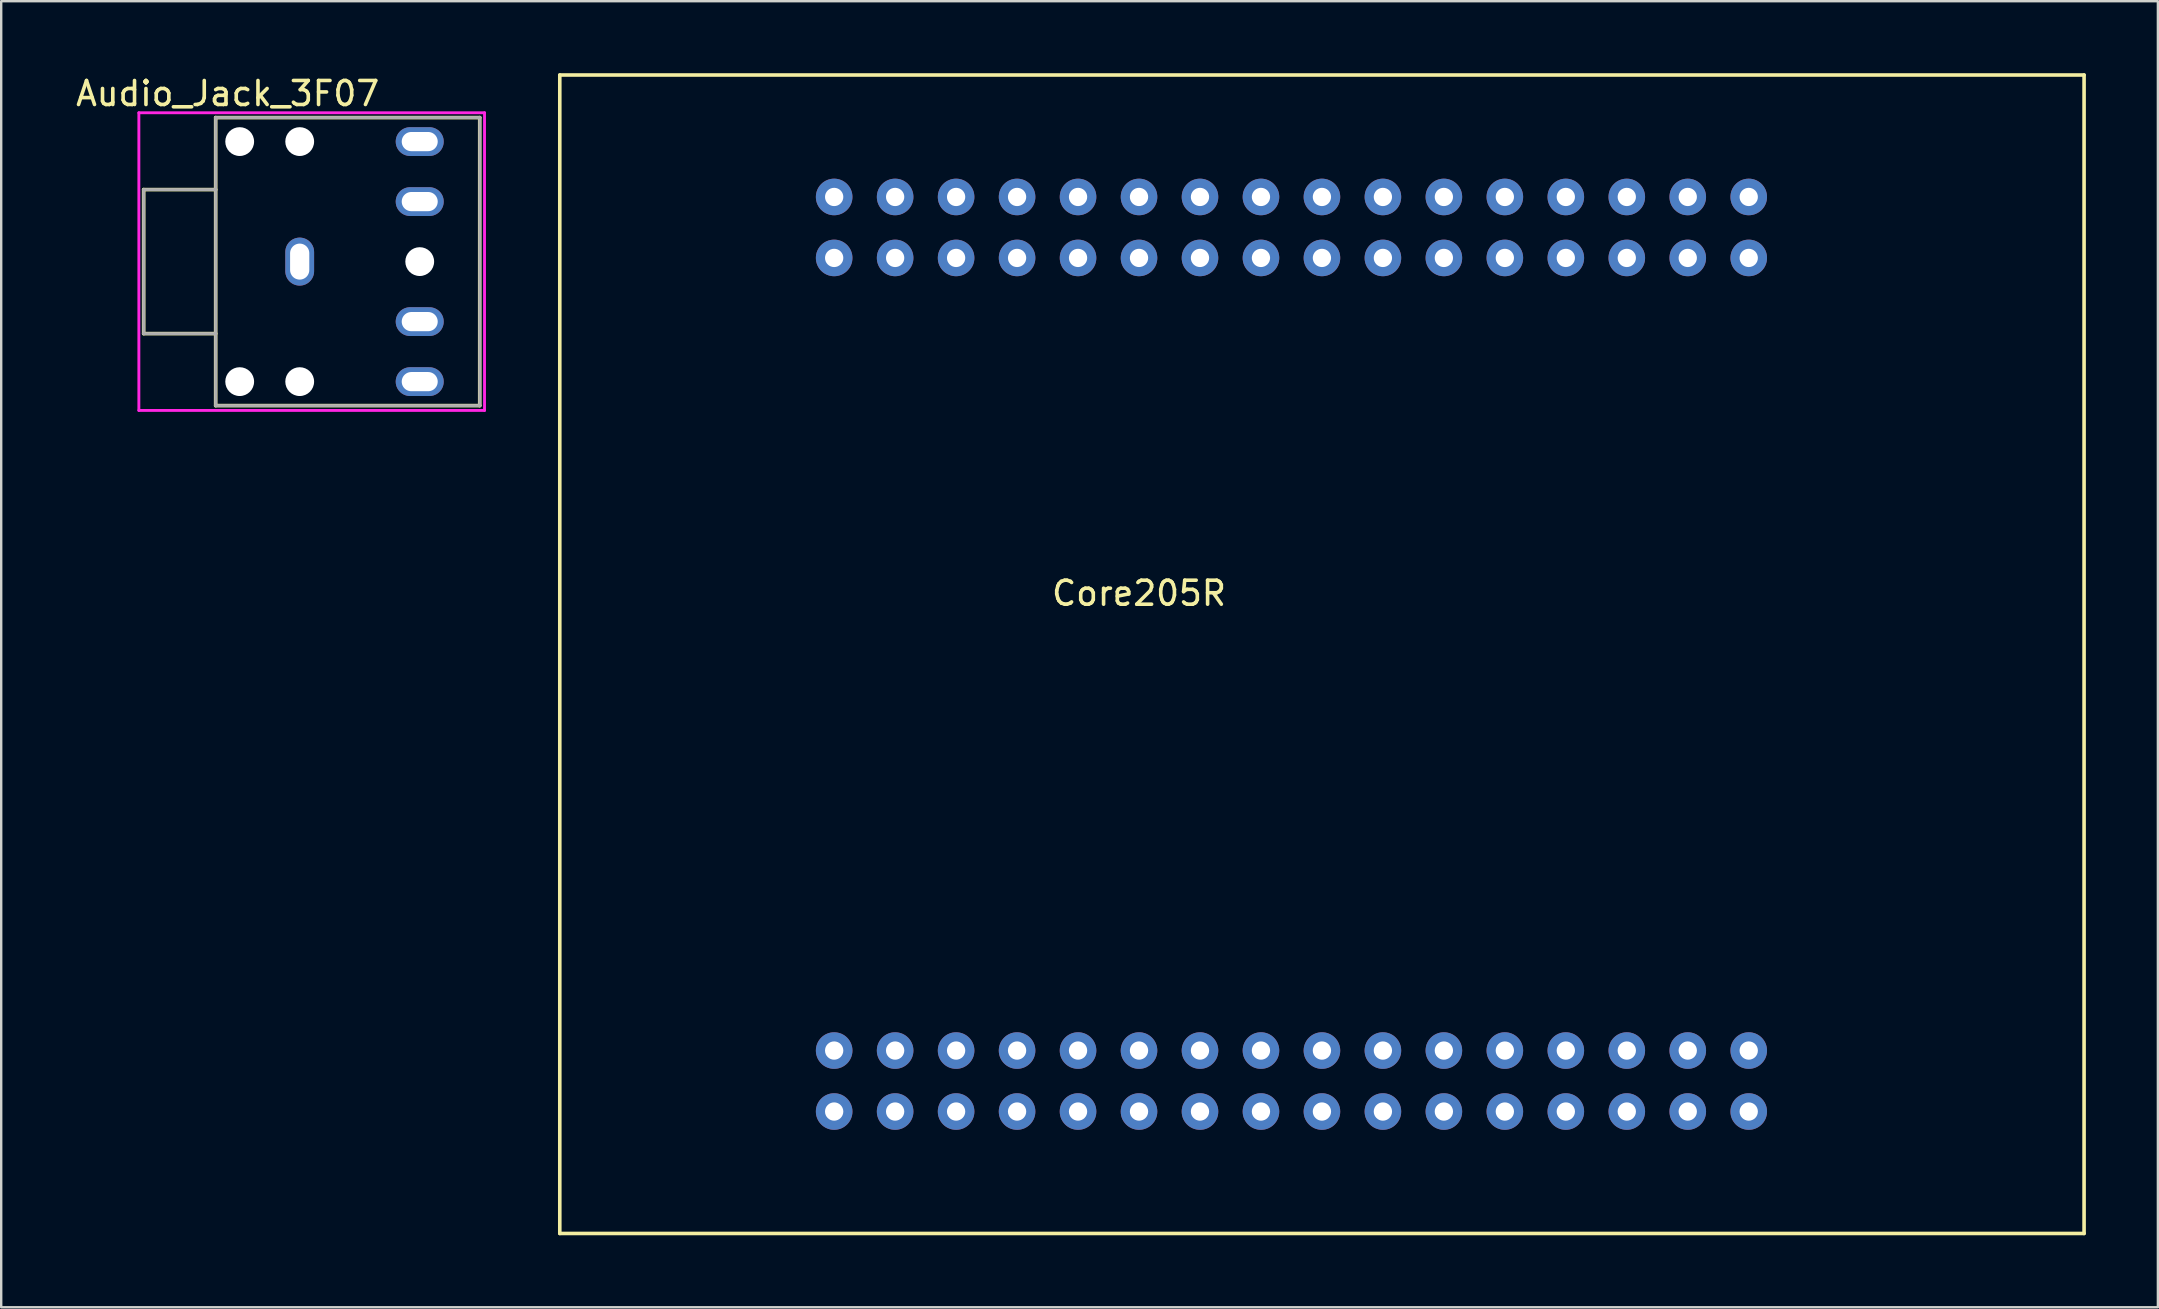
<source format=kicad_pcb>
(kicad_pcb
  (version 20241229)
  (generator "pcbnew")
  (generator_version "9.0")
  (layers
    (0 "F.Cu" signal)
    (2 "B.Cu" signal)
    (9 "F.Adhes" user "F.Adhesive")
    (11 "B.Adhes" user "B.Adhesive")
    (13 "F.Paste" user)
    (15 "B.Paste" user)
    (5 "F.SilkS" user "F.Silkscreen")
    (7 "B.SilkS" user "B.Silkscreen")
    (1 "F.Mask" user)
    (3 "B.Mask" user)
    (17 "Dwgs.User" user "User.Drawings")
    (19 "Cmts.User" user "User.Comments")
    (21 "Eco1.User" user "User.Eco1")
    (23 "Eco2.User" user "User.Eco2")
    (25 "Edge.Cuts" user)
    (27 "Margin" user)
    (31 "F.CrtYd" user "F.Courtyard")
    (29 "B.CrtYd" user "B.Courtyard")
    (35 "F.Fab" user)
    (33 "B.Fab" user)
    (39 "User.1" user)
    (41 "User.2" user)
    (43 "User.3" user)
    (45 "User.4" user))
  (footprint "Audio_Jack_3F07"
    (layer "F.Cu")
    (at 9.435 7.848)
    (property "Reference" "Audio_Jack_3F07" (at -3 -7 0) (layer "F.SilkS") (effects (font (size 1 1) (thickness 0.15))))
    (attr through_hole)
    (fp_line (start -6.5 -3) (end -3.5 -3) (stroke (width 0.15) (type solid)) (layer "F.SilkS"))
    (fp_line (start -6.5 3) (end -6.5 -3) (stroke (width 0.15) (type solid)) (layer "F.SilkS"))
    (fp_line (start -3.5 -6) (end 7.5 -6) (stroke (width 0.15) (type solid)) (layer "F.SilkS"))
    (fp_line (start -3.5 3) (end -6.5 3) (stroke (width 0.15) (type solid)) (layer "F.SilkS"))
    (fp_line (start -3.5 6) (end -3.5 -6) (stroke (width 0.15) (type solid)) (layer "F.SilkS"))
    (fp_line (start 7.5 -6) (end 7.5 6) (stroke (width 0.15) (type solid)) (layer "F.SilkS"))
    (fp_line (start 7.5 6) (end -3.5 6) (stroke (width 0.15) (type solid)) (layer "F.SilkS"))
    (fp_line (start -6.7 -6.2) (end -6.7 6.2) (stroke (width 0.12) (type solid)) (layer "F.CrtYd"))
    (fp_line (start -6.7 6.2) (end 7.7 6.2) (stroke (width 0.12) (type solid)) (layer "F.CrtYd"))
    (fp_line (start 7.7 -6.2) (end -6.7 -6.2) (stroke (width 0.12) (type solid)) (layer "F.CrtYd"))
    (fp_line (start 7.7 6.2) (end 7.7 -6.2) (stroke (width 0.12) (type solid)) (layer "F.CrtYd"))
    (fp_line (start -6.5 -3) (end -3.5 -3) (stroke (width 0.12) (type solid)) (layer "F.Fab"))
    (fp_line (start -6.5 3) (end -6.5 -3) (stroke (width 0.12) (type solid)) (layer "F.Fab"))
    (fp_line (start -3.5 -6) (end 7.5 -6) (stroke (width 0.12) (type solid)) (layer "F.Fab"))
    (fp_line (start -3.5 -3) (end -3.5 -6) (stroke (width 0.12) (type solid)) (layer "F.Fab"))
    (fp_line (start -3.5 -3) (end -3.5 3) (stroke (width 0.12) (type solid)) (layer "F.Fab"))
    (fp_line (start -3.5 3) (end -6.5 3) (stroke (width 0.12) (type solid)) (layer "F.Fab"))
    (fp_line (start -3.5 6) (end -3.5 3) (stroke (width 0.12) (type solid)) (layer "F.Fab"))
    (fp_line (start 7.5 -6) (end 7.5 6) (stroke (width 0.12) (type solid)) (layer "F.Fab"))
    (fp_line (start 7.5 6) (end -3.5 6) (stroke (width 0.12) (type solid)) (layer "F.Fab"))
    (pad "" np_thru_hole circle (at -2.5 -5) (size 1.2 1.2) (drill 1.2) (layers "*.Cu" "*.Mask"))
    (pad "" np_thru_hole circle (at -2.5 5) (size 1.2 1.2) (drill 1.2) (layers "*.Cu" "*.Mask"))
    (pad "" np_thru_hole circle (at 0 -5) (size 1.2 1.2) (drill 1.2) (layers "*.Cu" "*.Mask"))
    (pad "" np_thru_hole circle (at 0 5) (size 1.2 1.2) (drill 1.2) (layers "*.Cu" "*.Mask"))
    (pad "" np_thru_hole circle (at 5 0) (size 1.2 1.2) (drill 1.2) (layers "*.Cu" "*.Mask"))
    (pad "R" thru_hole oval (at 5 -5 90) (size 1.2 2) (drill oval 0.8 1.5) (layers "*.Cu" "*.Mask"))
    (pad "RN" thru_hole oval (at 5 -2.5 90) (size 1.2 2) (drill oval 0.8 1.5) (layers "*.Cu" "*.Mask"))
    (pad "S" thru_hole oval (at 0 0) (size 1.2 2) (drill oval 0.8 1.5) (layers "*.Cu" "*.Mask"))
    (pad "T" thru_hole oval (at 5 5 90) (size 1.2 2) (drill oval 0.8 1.5) (layers "*.Cu" "*.Mask"))
    (pad "TN" thru_hole oval (at 5 2.5 90) (size 1.2 2) (drill oval 0.8 1.5) (layers "*.Cu" "*.Mask")))
  (footprint "Core205R"
    (layer "F.Cu")
    (at 52.02 24.205)
    (property "Reference" "Core205R" (at -7.62 -2.54 0) (layer "F.SilkS") (effects (font (size 1 1) (thickness 0.15))))
    (attr through_hole)
    (fp_line (start -31.75 -24.13) (end 31.75 -24.13) (stroke (width 0.15) (type solid)) (layer "F.SilkS"))
    (fp_line (start -31.75 24.13) (end -31.75 -24.13) (stroke (width 0.15) (type solid)) (layer "F.SilkS"))
    (fp_line (start -31.75 24.13) (end 31.75 24.13) (stroke (width 0.15) (type solid)) (layer "F.SilkS"))
    (fp_line (start 31.75 24.13) (end 31.75 -24.13) (stroke (width 0.15) (type solid)) (layer "F.SilkS"))
    (pad "1" thru_hole circle (at -20.32 19.05) (size 1.524 1.524) (drill 0.762) (layers "*.Cu" "*.Mask"))
    (pad "1-1" thru_hole circle (at -20.32 -16.51) (size 1.524 1.524) (drill 0.762) (layers "*.Cu" "*.Mask"))
    (pad "1-2" thru_hole circle (at -20.32 -19.05) (size 1.524 1.524) (drill 0.762) (layers "*.Cu" "*.Mask"))
    (pad "1-3" thru_hole circle (at -17.78 -16.51) (size 1.524 1.524) (drill 0.762) (layers "*.Cu" "*.Mask"))
    (pad "1-4" thru_hole circle (at -17.78 -19.05) (size 1.524 1.524) (drill 0.762) (layers "*.Cu" "*.Mask"))
    (pad "1-5" thru_hole circle (at -15.24 -16.51) (size 1.524 1.524) (drill 0.762) (layers "*.Cu" "*.Mask"))
    (pad "1-6" thru_hole circle (at -15.24 -19.05) (size 1.524 1.524) (drill 0.762) (layers "*.Cu" "*.Mask"))
    (pad "1-7" thru_hole circle (at -12.7 -16.51) (size 1.524 1.524) (drill 0.762) (layers "*.Cu" "*.Mask"))
    (pad "1-8" thru_hole circle (at -12.7 -19.05) (size 1.524 1.524) (drill 0.762) (layers "*.Cu" "*.Mask"))
    (pad "1-9" thru_hole circle (at -10.16 -16.51) (size 1.524 1.524) (drill 0.762) (layers "*.Cu" "*.Mask"))
    (pad "1-10" thru_hole circle (at -10.16 -19.05) (size 1.524 1.524) (drill 0.762) (layers "*.Cu" "*.Mask"))
    (pad "1-11" thru_hole circle (at -7.62 -16.51) (size 1.524 1.524) (drill 0.762) (layers "*.Cu" "*.Mask"))
    (pad "1-12" thru_hole circle (at -7.62 -19.05) (size 1.524 1.524) (drill 0.762) (layers "*.Cu" "*.Mask"))
    (pad "1-13" thru_hole circle (at -5.08 -16.51) (size 1.524 1.524) (drill 0.762) (layers "*.Cu" "*.Mask"))
    (pad "1-14" thru_hole circle (at -5.08 -19.05) (size 1.524 1.524) (drill 0.762) (layers "*.Cu" "*.Mask"))
    (pad "1-15" thru_hole circle (at -2.54 -16.51) (size 1.524 1.524) (drill 0.762) (layers "*.Cu" "*.Mask"))
    (pad "1-16" thru_hole circle (at -2.54 -19.05) (size 1.524 1.524) (drill 0.762) (layers "*.Cu" "*.Mask"))
    (pad "1-17" thru_hole circle (at 0 -16.51) (size 1.524 1.524) (drill 0.762) (layers "*.Cu" "*.Mask"))
    (pad "1-18" thru_hole circle (at 0 -19.05) (size 1.524 1.524) (drill 0.762) (layers "*.Cu" "*.Mask"))
    (pad "1-19" thru_hole circle (at 2.54 -16.51) (size 1.524 1.524) (drill 0.762) (layers "*.Cu" "*.Mask"))
    (pad "1-20" thru_hole circle (at 2.54 -19.05) (size 1.524 1.524) (drill 0.762) (layers "*.Cu" "*.Mask"))
    (pad "1-21" thru_hole circle (at 5.08 -16.51) (size 1.524 1.524) (drill 0.762) (layers "*.Cu" "*.Mask"))
    (pad "1-22" thru_hole circle (at 5.08 -19.05) (size 1.524 1.524) (drill 0.762) (layers "*.Cu" "*.Mask"))
    (pad "1-23" thru_hole circle (at 7.62 -16.51) (size 1.524 1.524) (drill 0.762) (layers "*.Cu" "*.Mask"))
    (pad "1-24" thru_hole circle (at 7.62 -19.05) (size 1.524 1.524) (drill 0.762) (layers "*.Cu" "*.Mask"))
    (pad "1-25" thru_hole circle (at 10.16 -16.51) (size 1.524 1.524) (drill 0.762) (layers "*.Cu" "*.Mask"))
    (pad "1-26" thru_hole circle (at 10.16 -19.05) (size 1.524 1.524) (drill 0.762) (layers "*.Cu" "*.Mask"))
    (pad "1-27" thru_hole circle (at 12.7 -16.51) (size 1.524 1.524) (drill 0.762) (layers "*.Cu" "*.Mask"))
    (pad "1-28" thru_hole circle (at 12.7 -19.05) (size 1.524 1.524) (drill 0.762) (layers "*.Cu" "*.Mask"))
    (pad "1-29" thru_hole circle (at 15.24 -16.51) (size 1.524 1.524) (drill 0.762) (layers "*.Cu" "*.Mask"))
    (pad "1-30" thru_hole circle (at 15.24 -19.05) (size 1.524 1.524) (drill 0.762) (layers "*.Cu" "*.Mask"))
    (pad "1-31" thru_hole circle (at 17.78 -16.51) (size 1.524 1.524) (drill 0.762) (layers "*.Cu" "*.Mask"))
    (pad "1-32" thru_hole circle (at 17.78 -19.05) (size 1.524 1.524) (drill 0.762) (layers "*.Cu" "*.Mask"))
    (pad "2" thru_hole circle (at -20.32 16.51) (size 1.524 1.524) (drill 0.762) (layers "*.Cu" "*.Mask"))
    (pad "3" thru_hole circle (at -17.78 19.05) (size 1.524 1.524) (drill 0.762) (layers "*.Cu" "*.Mask"))
    (pad "4" thru_hole circle (at -17.78 16.51) (size 1.524 1.524) (drill 0.762) (layers "*.Cu" "*.Mask"))
    (pad "5" thru_hole circle (at -15.24 19.05) (size 1.524 1.524) (drill 0.762) (layers "*.Cu" "*.Mask"))
    (pad "6" thru_hole circle (at -15.24 16.51) (size 1.524 1.524) (drill 0.762) (layers "*.Cu" "*.Mask"))
    (pad "7" thru_hole circle (at -12.7 19.05) (size 1.524 1.524) (drill 0.762) (layers "*.Cu" "*.Mask"))
    (pad "8" thru_hole circle (at -12.7 16.51) (size 1.524 1.524) (drill 0.762) (layers "*.Cu" "*.Mask"))
    (pad "9" thru_hole circle (at -10.16 19.05) (size 1.524 1.524) (drill 0.762) (layers "*.Cu" "*.Mask"))
    (pad "10" thru_hole circle (at -10.16 16.51) (size 1.524 1.524) (drill 0.762) (layers "*.Cu" "*.Mask"))
    (pad "11" thru_hole circle (at -7.62 19.05) (size 1.524 1.524) (drill 0.762) (layers "*.Cu" "*.Mask"))
    (pad "12" thru_hole circle (at -7.62 16.51) (size 1.524 1.524) (drill 0.762) (layers "*.Cu" "*.Mask"))
    (pad "13" thru_hole circle (at -5.08 19.05) (size 1.524 1.524) (drill 0.762) (layers "*.Cu" "*.Mask"))
    (pad "14" thru_hole circle (at -5.08 16.51) (size 1.524 1.524) (drill 0.762) (layers "*.Cu" "*.Mask"))
    (pad "15" thru_hole circle (at -2.54 19.05) (size 1.524 1.524) (drill 0.762) (layers "*.Cu" "*.Mask"))
    (pad "16" thru_hole circle (at -2.54 16.51) (size 1.524 1.524) (drill 0.762) (layers "*.Cu" "*.Mask"))
    (pad "17" thru_hole circle (at 0 19.05) (size 1.524 1.524) (drill 0.762) (layers "*.Cu" "*.Mask"))
    (pad "18" thru_hole circle (at 0 16.51) (size 1.524 1.524) (drill 0.762) (layers "*.Cu" "*.Mask"))
    (pad "19" thru_hole circle (at 2.54 19.05) (size 1.524 1.524) (drill 0.762) (layers "*.Cu" "*.Mask"))
    (pad "20" thru_hole circle (at 2.54 16.51) (size 1.524 1.524) (drill 0.762) (layers "*.Cu" "*.Mask"))
    (pad "21" thru_hole circle (at 5.08 19.05) (size 1.524 1.524) (drill 0.762) (layers "*.Cu" "*.Mask"))
    (pad "22" thru_hole circle (at 5.08 16.51) (size 1.524 1.524) (drill 0.762) (layers "*.Cu" "*.Mask"))
    (pad "23" thru_hole circle (at 7.62 19.05) (size 1.524 1.524) (drill 0.762) (layers "*.Cu" "*.Mask"))
    (pad "24" thru_hole circle (at 7.62 16.51) (size 1.524 1.524) (drill 0.762) (layers "*.Cu" "*.Mask"))
    (pad "25" thru_hole circle (at 10.16 19.05) (size 1.524 1.524) (drill 0.762) (layers "*.Cu" "*.Mask"))
    (pad "26" thru_hole circle (at 10.16 16.51) (size 1.524 1.524) (drill 0.762) (layers "*.Cu" "*.Mask"))
    (pad "27" thru_hole circle (at 12.7 19.05) (size 1.524 1.524) (drill 0.762) (layers "*.Cu" "*.Mask"))
    (pad "28" thru_hole circle (at 12.7 16.51) (size 1.524 1.524) (drill 0.762) (layers "*.Cu" "*.Mask"))
    (pad "29" thru_hole circle (at 15.24 19.05) (size 1.524 1.524) (drill 0.762) (layers "*.Cu" "*.Mask"))
    (pad "30" thru_hole circle (at 15.24 16.51) (size 1.524 1.524) (drill 0.762) (layers "*.Cu" "*.Mask"))
    (pad "31" thru_hole circle (at 17.78 19.05) (size 1.524 1.524) (drill 0.762) (layers "*.Cu" "*.Mask"))
    (pad "32" thru_hole circle (at 17.78 16.51) (size 1.524 1.524) (drill 0.762) (layers "*.Cu" "*.Mask")))
  (gr_rect
    (start -3 -3)
    (end 86.845 51.41)
    (stroke (width 0.1) (type default))
    (fill no)
    (layer "Edge.Cuts")))
</source>
